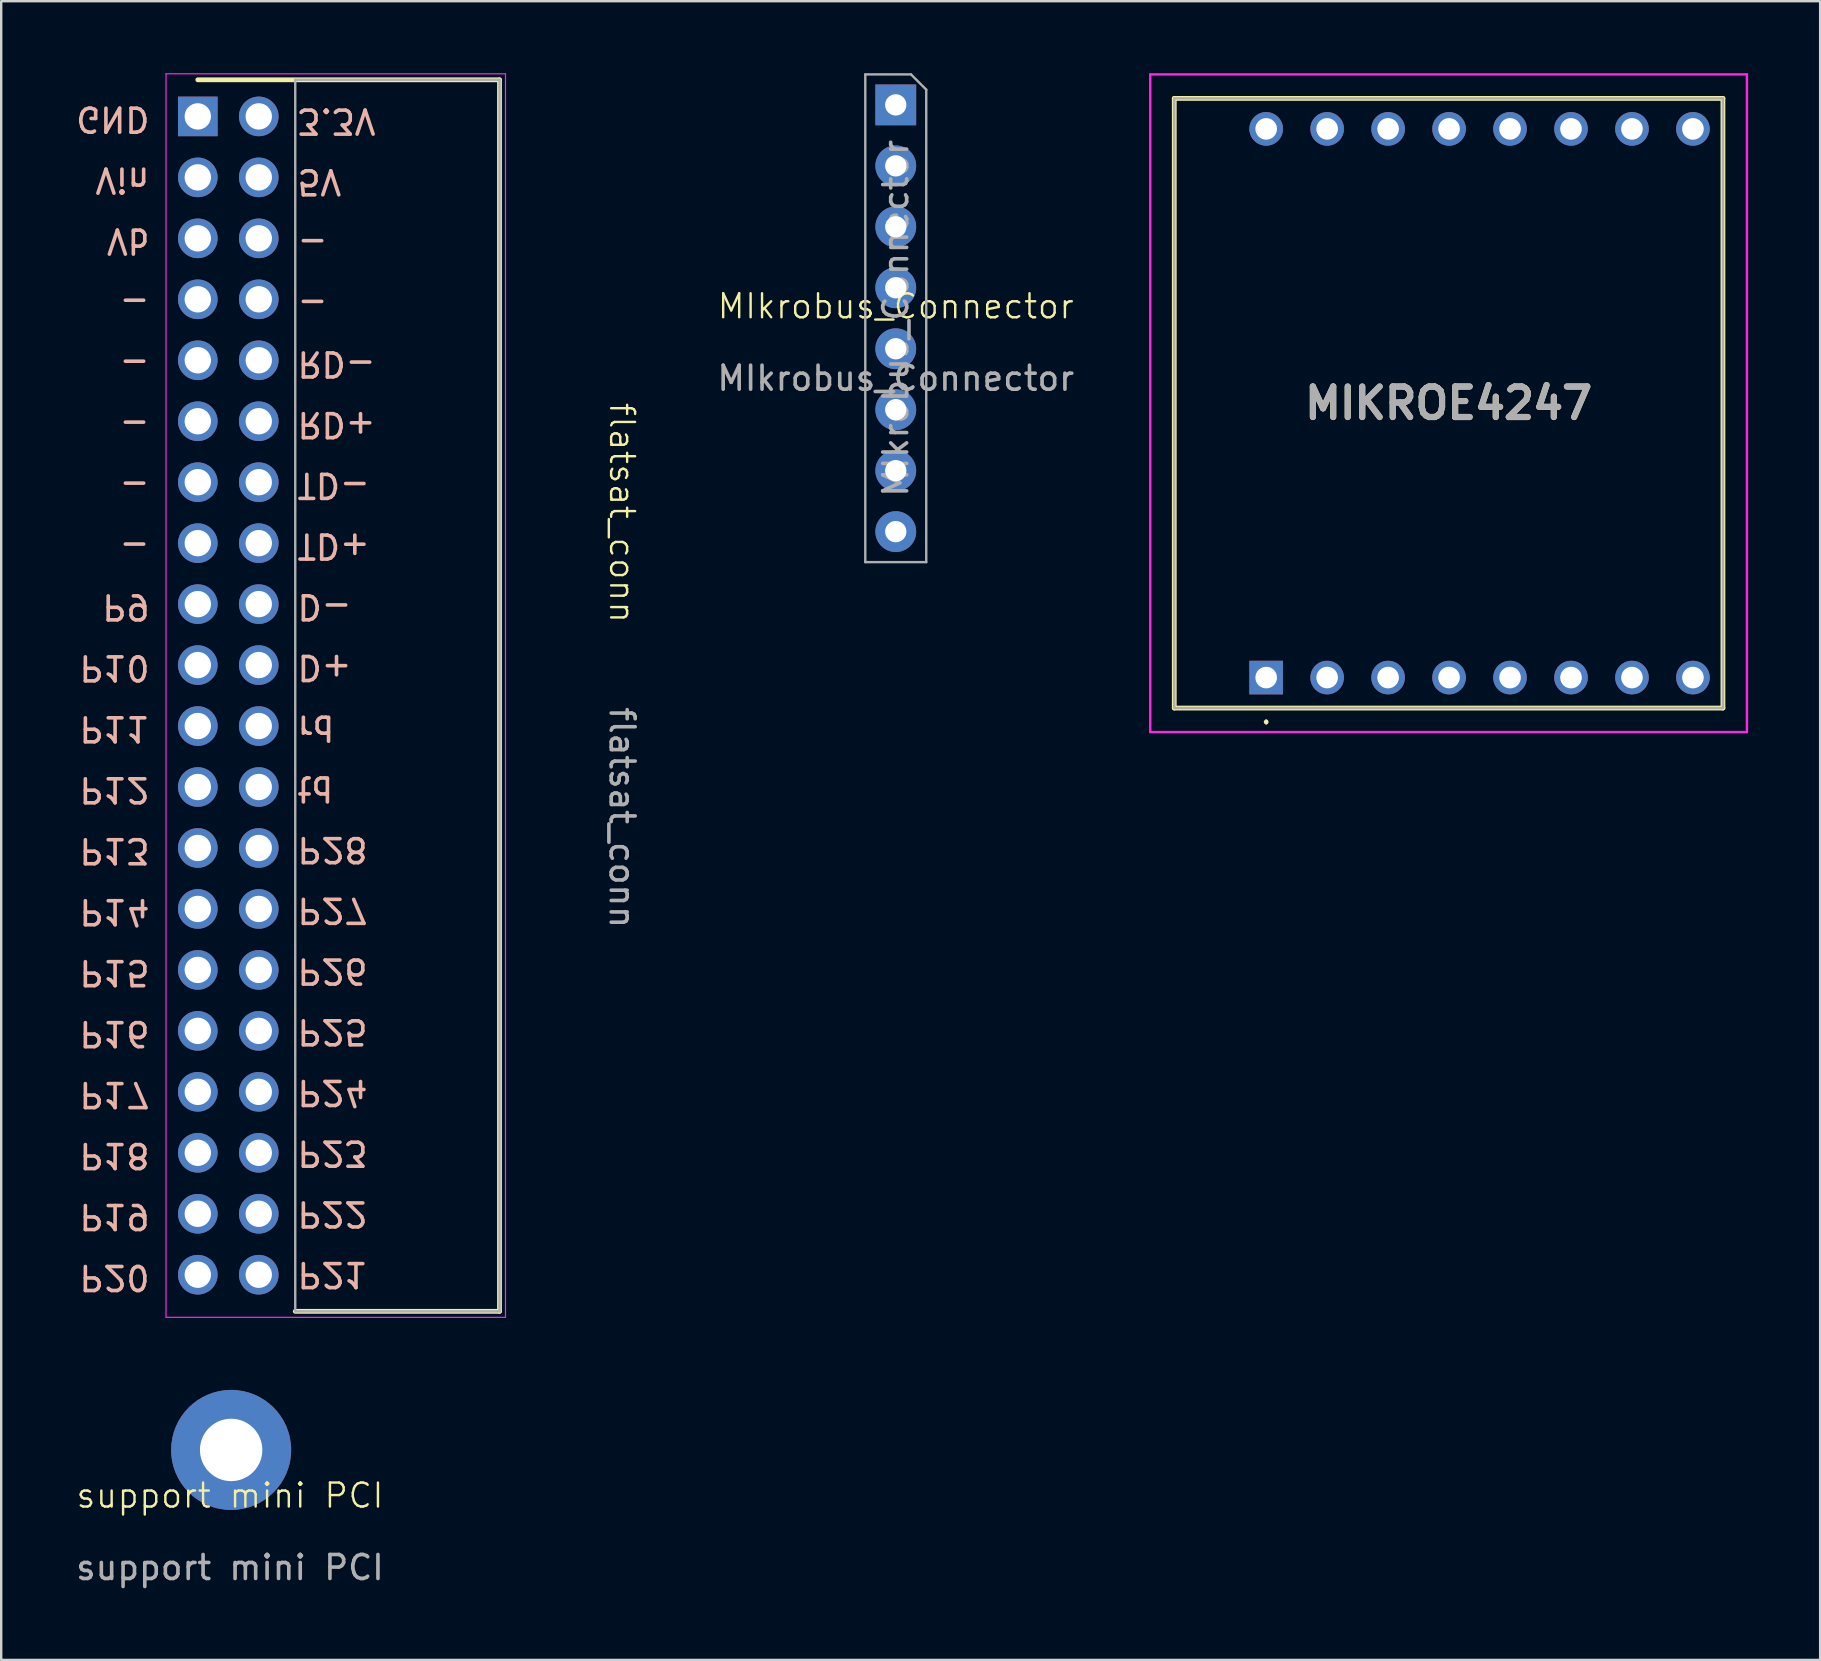
<source format=kicad_pcb>
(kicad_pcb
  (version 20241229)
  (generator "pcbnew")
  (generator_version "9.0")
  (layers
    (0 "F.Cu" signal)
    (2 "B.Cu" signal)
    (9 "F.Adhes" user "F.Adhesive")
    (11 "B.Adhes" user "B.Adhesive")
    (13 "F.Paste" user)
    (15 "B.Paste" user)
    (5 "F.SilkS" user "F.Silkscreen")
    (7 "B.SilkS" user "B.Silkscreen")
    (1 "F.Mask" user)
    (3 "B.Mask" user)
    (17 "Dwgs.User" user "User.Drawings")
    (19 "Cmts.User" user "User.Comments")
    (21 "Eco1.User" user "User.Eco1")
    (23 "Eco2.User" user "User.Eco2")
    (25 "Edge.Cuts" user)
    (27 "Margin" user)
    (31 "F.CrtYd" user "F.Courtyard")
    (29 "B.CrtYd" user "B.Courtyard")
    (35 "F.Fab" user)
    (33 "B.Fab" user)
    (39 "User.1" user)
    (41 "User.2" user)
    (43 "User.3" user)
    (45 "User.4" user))
  (footprint "flatsat_conn"
    (layer "F.Cu")
    (at 18.008 25.937)
    (property "Reference" "flatsat_conn" (at 4.861 -7.622 270) (unlocked yes) (layer "F.SilkS") (effects (font (size 1 1) (thickness 0.1))))
    (attr through_hole)
    (fp_line (start -12.817 -25.662) (end -0.247 -25.662) (stroke (width 0.2) (type solid)) (layer "F.SilkS"))
    (fp_line (start -0.247 25.648) (end -8.757 25.648) (stroke (width 0.2) (type solid)) (layer "F.SilkS"))
    (fp_line (start -0.247 25.648) (end -0.247 -25.662) (stroke (width 0.2) (type solid)) (layer "F.SilkS"))
    (fp_line (start -14.142 -25.912) (end -14.142 25.898) (stroke (width 0.05) (type solid)) (layer "F.CrtYd"))
    (fp_line (start -14.142 25.898) (end 0.003 25.898) (stroke (width 0.05) (type solid)) (layer "F.CrtYd"))
    (fp_line (start 0.003 -25.912) (end -14.142 -25.912) (stroke (width 0.05) (type solid)) (layer "F.CrtYd"))
    (fp_line (start 0.003 -25.912) (end 0.003 25.898) (stroke (width 0.05) (type solid)) (layer "F.CrtYd"))
    (fp_line (start -8.757 -25.662) (end -8.757 25.648) (stroke (width 0.1) (type solid)) (layer "F.Fab"))
    (fp_line (start -8.757 25.648) (end -0.247 25.648) (stroke (width 0.1) (type solid)) (layer "F.Fab"))
    (fp_line (start -0.247 -25.662) (end -8.757 -25.662) (stroke (width 0.1) (type solid)) (layer "F.Fab"))
    (fp_line (start -0.247 -25.662) (end -0.247 25.648) (stroke (width 0.1) (type solid)) (layer "F.Fab"))
    (fp_text user "P24" (at -7.204 16.527 180) (unlocked yes) (layer "B.SilkS") (effects (font (size 1 1) (thickness 0.15)) (justify mirror)))
    (fp_text user "TD+" (at -7.156 -6.239 180) (unlocked yes) (layer "B.SilkS") (effects (font (size 1 1) (thickness 0.15)) (justify mirror)))
    (fp_text user "-" (at -15.454 -13.865 180) (unlocked yes) (layer "B.SilkS") (effects (font (size 1 1) (thickness 0.15)) (justify mirror)))
    (fp_text user "P9" (at -15.811 -3.705 180) (unlocked yes) (layer "B.SilkS") (effects (font (size 1 1) (thickness 0.15)) (justify mirror)))
    (fp_text user "GND" (at -16.359 -24.025 180) (unlocked yes) (layer "B.SilkS") (effects (font (size 1 1) (thickness 0.15)) (justify mirror)))
    (fp_text user "P19" (at -16.287 21.695 180) (unlocked yes) (layer "B.SilkS") (effects (font (size 1 1) (thickness 0.15)) (justify mirror)))
    (fp_text user "-" (at -8.037 -18.886 180) (unlocked yes) (layer "B.SilkS") (effects (font (size 1 1) (thickness 0.15)) (justify mirror)))
    (fp_text user "-" (at -15.454 -6.245 180) (unlocked yes) (layer "B.SilkS") (effects (font (size 1 1) (thickness 0.15)) (justify mirror)))
    (fp_text user "RD-" (at -7.037 -13.827 180) (unlocked yes) (layer "B.SilkS") (effects (font (size 1 1) (thickness 0.15)) (justify mirror)))
    (fp_text user "P11" (at -16.287 1.375 180) (unlocked yes) (layer "B.SilkS") (effects (font (size 1 1) (thickness 0.15)) (justify mirror)))
    (fp_text user "5V" (at -7.752 -21.415 180) (unlocked yes) (layer "B.SilkS") (effects (font (size 1 1) (thickness 0.15)) (justify mirror)))
    (fp_text user "P12" (at -16.287 3.915 180) (unlocked yes) (layer "B.SilkS") (effects (font (size 1 1) (thickness 0.15)) (justify mirror)))
    (fp_text user "P15" (at -16.287 11.535 180) (unlocked yes) (layer "B.SilkS") (effects (font (size 1 1) (thickness 0.15)) (justify mirror)))
    (fp_text user "P10" (at -16.287 -1.165 180) (unlocked yes) (layer "B.SilkS") (effects (font (size 1 1) (thickness 0.15)) (justify mirror)))
    (fp_text user "P22" (at -7.204 21.586 180) (unlocked yes) (layer "B.SilkS") (effects (font (size 1 1) (thickness 0.15)) (justify mirror)))
    (fp_text user "P25" (at -7.204 13.997 180) (unlocked yes) (layer "B.SilkS") (effects (font (size 1 1) (thickness 0.15)) (justify mirror)))
    (fp_text user "P23" (at -7.204 19.056 180) (unlocked yes) (layer "B.SilkS") (effects (font (size 1 1) (thickness 0.15)) (justify mirror)))
    (fp_text user "D+" (at -7.537 -1.18 180) (unlocked yes) (layer "B.SilkS") (effects (font (size 1 1) (thickness 0.15)) (justify mirror)))
    (fp_text user "P21" (at -7.204 24.115 180) (unlocked yes) (layer "B.SilkS") (effects (font (size 1 1) (thickness 0.15)) (justify mirror)))
    (fp_text user "TD-" (at -7.156 -8.768 180) (unlocked yes) (layer "B.SilkS") (effects (font (size 1 1) (thickness 0.15)) (justify mirror)))
    (fp_text user "rd" (at -7.894 1.35 180) (unlocked yes) (layer "B.SilkS") (effects (font (size 1 1) (thickness 0.15)) (justify mirror)))
    (fp_text user "Vin" (at -15.954 -21.485 180) (unlocked yes) (layer "B.SilkS") (effects (font (size 1 1) (thickness 0.15)) (justify mirror)))
    (fp_text user "-" (at -15.454 -8.785 180) (unlocked yes) (layer "B.SilkS") (effects (font (size 1 1) (thickness 0.15)) (justify mirror)))
    (fp_text user "-" (at -15.454 -16.405 180) (unlocked yes) (layer "B.SilkS") (effects (font (size 1 1) (thickness 0.15)) (justify mirror)))
    (fp_text user "RD+" (at -7.037 -11.297 180) (unlocked yes) (layer "B.SilkS") (effects (font (size 1 1) (thickness 0.15)) (justify mirror)))
    (fp_text user "P20" (at -16.287 24.235 180) (unlocked yes) (layer "B.SilkS") (effects (font (size 1 1) (thickness 0.15)) (justify mirror)))
    (fp_text user "D-" (at -7.537 -3.709 180) (unlocked yes) (layer "B.SilkS") (effects (font (size 1 1) (thickness 0.15)) (justify mirror)))
    (fp_text user "3.3V" (at -7.037 -23.945 180) (unlocked yes) (layer "B.SilkS") (effects (font (size 1 1) (thickness 0.15)) (justify mirror)))
    (fp_text user "P18" (at -16.287 19.155 180) (unlocked yes) (layer "B.SilkS") (effects (font (size 1 1) (thickness 0.15)) (justify mirror)))
    (fp_text user "-" (at -8.037 -16.356 180) (unlocked yes) (layer "B.SilkS") (effects (font (size 1 1) (thickness 0.15)) (justify mirror)))
    (fp_text user "P14" (at -16.287 8.995 180) (unlocked yes) (layer "B.SilkS") (effects (font (size 1 1) (thickness 0.15)) (justify mirror)))
    (fp_text user "P27" (at -7.204 8.938 180) (unlocked yes) (layer "B.SilkS") (effects (font (size 1 1) (thickness 0.15)) (justify mirror)))
    (fp_text user "Vb" (at -15.716 -18.945 180) (unlocked yes) (layer "B.SilkS") (effects (font (size 1 1) (thickness 0.15)) (justify mirror)))
    (fp_text user "P26" (at -7.204 11.468 180) (unlocked yes) (layer "B.SilkS") (effects (font (size 1 1) (thickness 0.15)) (justify mirror)))
    (fp_text user "td" (at -7.918 3.879 180) (unlocked yes) (layer "B.SilkS") (effects (font (size 1 1) (thickness 0.15)) (justify mirror)))
    (fp_text user "P16" (at -16.287 14.075 180) (unlocked yes) (layer "B.SilkS") (effects (font (size 1 1) (thickness 0.15)) (justify mirror)))
    (fp_text user "-" (at -15.454 -11.325 180) (unlocked yes) (layer "B.SilkS") (effects (font (size 1 1) (thickness 0.15)) (justify mirror)))
    (fp_text user "P28" (at -7.204 6.409 180) (unlocked yes) (layer "B.SilkS") (effects (font (size 1 1) (thickness 0.15)) (justify mirror)))
    (fp_text user "P13" (at -16.287 6.455 180) (unlocked yes) (layer "B.SilkS") (effects (font (size 1 1) (thickness 0.15)) (justify mirror)))
    (fp_text user "P17" (at -16.287 16.615 180) (unlocked yes) (layer "B.SilkS") (effects (font (size 1 1) (thickness 0.15)) (justify mirror)))
    (fp_text user "${REFERENCE}" (at 4.861 5.078 270) (unlocked yes) (layer "F.Fab") (effects (font (size 1 1) (thickness 0.15))))
    (pad "1" thru_hole rect (at -12.817 -24.137 90) (size 1.65 1.65) (drill 1.1) (layers "*.Cu" "*.Mask"))
    (pad "2" thru_hole circle (at -10.277 -24.137 90) (size 1.65 1.65) (drill 1.1) (layers "*.Cu" "*.Mask"))
    (pad "3" thru_hole circle (at -12.817 -21.597 90) (size 1.65 1.65) (drill 1.1) (layers "*.Cu" "*.Mask"))
    (pad "4" thru_hole circle (at -10.277 -21.597 90) (size 1.65 1.65) (drill 1.1) (layers "*.Cu" "*.Mask"))
    (pad "5" thru_hole circle (at -12.817 -19.057 90) (size 1.65 1.65) (drill 1.1) (layers "*.Cu" "*.Mask"))
    (pad "6" thru_hole circle (at -10.277 -19.057 90) (size 1.65 1.65) (drill 1.1) (layers "*.Cu" "*.Mask"))
    (pad "7" thru_hole circle (at -12.817 -16.517 90) (size 1.65 1.65) (drill 1.1) (layers "*.Cu" "*.Mask"))
    (pad "8" thru_hole circle (at -10.277 -16.517 90) (size 1.65 1.65) (drill 1.1) (layers "*.Cu" "*.Mask"))
    (pad "9" thru_hole circle (at -12.817 -13.977 90) (size 1.65 1.65) (drill 1.1) (layers "*.Cu" "*.Mask"))
    (pad "10" thru_hole circle (at -10.277 -13.977 90) (size 1.65 1.65) (drill 1.1) (layers "*.Cu" "*.Mask"))
    (pad "11" thru_hole circle (at -12.817 -11.437 90) (size 1.65 1.65) (drill 1.1) (layers "*.Cu" "*.Mask"))
    (pad "12" thru_hole circle (at -10.277 -11.437 90) (size 1.65 1.65) (drill 1.1) (layers "*.Cu" "*.Mask"))
    (pad "13" thru_hole circle (at -12.817 -8.897 90) (size 1.65 1.65) (drill 1.1) (layers "*.Cu" "*.Mask"))
    (pad "14" thru_hole circle (at -10.277 -8.897 90) (size 1.65 1.65) (drill 1.1) (layers "*.Cu" "*.Mask"))
    (pad "15" thru_hole circle (at -12.817 -6.357 90) (size 1.65 1.65) (drill 1.1) (layers "*.Cu" "*.Mask"))
    (pad "16" thru_hole circle (at -10.277 -6.357 90) (size 1.65 1.65) (drill 1.1) (layers "*.Cu" "*.Mask"))
    (pad "17" thru_hole circle (at -12.817 -3.817 90) (size 1.65 1.65) (drill 1.1) (layers "*.Cu" "*.Mask"))
    (pad "18" thru_hole circle (at -10.277 -3.817 90) (size 1.65 1.65) (drill 1.1) (layers "*.Cu" "*.Mask"))
    (pad "19" thru_hole circle (at -12.817 -1.277 90) (size 1.65 1.65) (drill 1.1) (layers "*.Cu" "*.Mask"))
    (pad "20" thru_hole circle (at -10.277 -1.277 90) (size 1.65 1.65) (drill 1.1) (layers "*.Cu" "*.Mask"))
    (pad "21" thru_hole circle (at -12.817 1.263 90) (size 1.65 1.65) (drill 1.1) (layers "*.Cu" "*.Mask"))
    (pad "22" thru_hole circle (at -10.277 1.263 90) (size 1.65 1.65) (drill 1.1) (layers "*.Cu" "*.Mask"))
    (pad "23" thru_hole circle (at -12.817 3.803 90) (size 1.65 1.65) (drill 1.1) (layers "*.Cu" "*.Mask"))
    (pad "24" thru_hole circle (at -10.277 3.803 90) (size 1.65 1.65) (drill 1.1) (layers "*.Cu" "*.Mask"))
    (pad "25" thru_hole circle (at -12.817 6.343 90) (size 1.65 1.65) (drill 1.1) (layers "*.Cu" "*.Mask"))
    (pad "26" thru_hole circle (at -10.277 6.343 90) (size 1.65 1.65) (drill 1.1) (layers "*.Cu" "*.Mask"))
    (pad "27" thru_hole circle (at -12.817 8.883 90) (size 1.65 1.65) (drill 1.1) (layers "*.Cu" "*.Mask"))
    (pad "28" thru_hole circle (at -10.277 8.883 90) (size 1.65 1.65) (drill 1.1) (layers "*.Cu" "*.Mask"))
    (pad "29" thru_hole circle (at -12.817 11.423 90) (size 1.65 1.65) (drill 1.1) (layers "*.Cu" "*.Mask"))
    (pad "30" thru_hole circle (at -10.277 11.423 90) (size 1.65 1.65) (drill 1.1) (layers "*.Cu" "*.Mask"))
    (pad "31" thru_hole circle (at -12.817 13.963 90) (size 1.65 1.65) (drill 1.1) (layers "*.Cu" "*.Mask"))
    (pad "32" thru_hole circle (at -10.277 13.963 90) (size 1.65 1.65) (drill 1.1) (layers "*.Cu" "*.Mask"))
    (pad "33" thru_hole circle (at -12.817 16.503 90) (size 1.65 1.65) (drill 1.1) (layers "*.Cu" "*.Mask"))
    (pad "34" thru_hole circle (at -10.277 16.503 90) (size 1.65 1.65) (drill 1.1) (layers "*.Cu" "*.Mask"))
    (pad "35" thru_hole circle (at -12.817 19.043 90) (size 1.65 1.65) (drill 1.1) (layers "*.Cu" "*.Mask"))
    (pad "36" thru_hole circle (at -10.277 19.043 90) (size 1.65 1.65) (drill 1.1) (layers "*.Cu" "*.Mask"))
    (pad "37" thru_hole circle (at -12.817 21.583 90) (size 1.65 1.65) (drill 1.1) (layers "*.Cu" "*.Mask"))
    (pad "38" thru_hole circle (at -10.277 21.583 90) (size 1.65 1.65) (drill 1.1) (layers "*.Cu" "*.Mask"))
    (pad "39" thru_hole circle (at -12.817 24.123 90) (size 1.65 1.65) (drill 1.1) (layers "*.Cu" "*.Mask"))
    (pad "40" thru_hole circle (at -10.277 24.123 90) (size 1.65 1.65) (drill 1.1) (layers "*.Cu" "*.Mask")))
  (footprint "MIkrobus_Connector"
    (layer "F.Cu")
    (at 34.271 10.21)
    (property "Reference" "MIkrobus_Connector" (at 0 -0.5 0) (unlocked yes) (layer "F.SilkS") (effects (font (size 1 1) (thickness 0.1))))
    (attr smd)
    (fp_line (start -1.27 -10.16) (end 0.635 -10.16) (stroke (width 0.1) (type solid)) (layer "F.Fab"))
    (fp_line (start -1.27 10.16) (end -1.27 -10.16) (stroke (width 0.1) (type solid)) (layer "F.Fab"))
    (fp_line (start 0.635 -10.16) (end 1.27 -9.525) (stroke (width 0.1) (type solid)) (layer "F.Fab"))
    (fp_line (start 1.27 -9.525) (end 1.27 10.16) (stroke (width 0.1) (type solid)) (layer "F.Fab"))
    (fp_line (start 1.27 10.16) (end -1.27 10.16) (stroke (width 0.1) (type solid)) (layer "F.Fab"))
    (fp_text user "${REFERENCE}" (at 0 2.5 0) (unlocked yes) (layer "F.Fab") (effects (font (size 1 1) (thickness 0.15))))
    (fp_text user "${REFERENCE}" (at 0 0 90) (layer "F.Fab") (effects (font (size 1 1) (thickness 0.15))))
    (pad "1" thru_hole rect (at 0 -8.89) (size 1.7 1.7) (drill 0.889) (layers "*.Cu" "*.Mask"))
    (pad "2" thru_hole oval (at 0 -6.35) (size 1.7 1.7) (drill 0.889) (layers "*.Cu" "*.Mask"))
    (pad "3" thru_hole oval (at 0 -3.81) (size 1.7 1.7) (drill 0.889) (layers "*.Cu" "*.Mask"))
    (pad "4" thru_hole oval (at 0 -1.27) (size 1.7 1.7) (drill 0.889) (layers "*.Cu" "*.Mask"))
    (pad "5" thru_hole oval (at 0 1.27) (size 1.7 1.7) (drill 0.889) (layers "*.Cu" "*.Mask"))
    (pad "6" thru_hole oval (at 0 3.81) (size 1.7 1.7) (drill 0.889) (layers "*.Cu" "*.Mask"))
    (pad "7" thru_hole oval (at 0 6.35) (size 1.7 1.7) (drill 0.889) (layers "*.Cu" "*.Mask"))
    (pad "8" thru_hole oval (at 0 8.89) (size 1.7 1.7) (drill 0.889) (layers "*.Cu" "*.Mask")))
  (footprint "MIKROE4247"
    (layer "F.Cu")
    (at 49.704 25.18)
    (property "Reference" "MIKROE4247" (at 7.6 -11.43 0) (layer "F.SilkS") (effects (font (size 1.27 1.27) (thickness 0.254))))
    (attr through_hole)
    (fp_line (start -3.83 -24.13) (end 19.03 -24.13) (stroke (width 0.2) (type solid)) (layer "F.SilkS"))
    (fp_line (start -3.83 1.27) (end -3.83 -24.13) (stroke (width 0.2) (type solid)) (layer "F.SilkS"))
    (fp_line (start 0 1.8) (end 0 1.8) (stroke (width 0.1) (type solid)) (layer "F.SilkS"))
    (fp_line (start 0 1.9) (end 0 1.9) (stroke (width 0.1) (type solid)) (layer "F.SilkS"))
    (fp_line (start 19.03 -24.13) (end 19.03 1.27) (stroke (width 0.2) (type solid)) (layer "F.SilkS"))
    (fp_line (start 19.03 1.27) (end -3.83 1.27) (stroke (width 0.2) (type solid)) (layer "F.SilkS"))
    (fp_arc (start 0 1.8) (mid 0.05 1.85) (end 0 1.9) (stroke (width 0.1) (type solid)) (layer "F.SilkS"))
    (fp_arc (start 0 1.9) (mid -0.05 1.85) (end 0 1.8) (stroke (width 0.1) (type solid)) (layer "F.SilkS"))
    (fp_line (start -4.83 -25.13) (end 20.03 -25.13) (stroke (width 0.1) (type solid)) (layer "F.CrtYd"))
    (fp_line (start -4.83 2.27) (end -4.83 -25.13) (stroke (width 0.1) (type solid)) (layer "F.CrtYd"))
    (fp_line (start 20.03 -25.13) (end 20.03 2.27) (stroke (width 0.1) (type solid)) (layer "F.CrtYd"))
    (fp_line (start 20.03 2.27) (end -4.83 2.27) (stroke (width 0.1) (type solid)) (layer "F.CrtYd"))
    (fp_line (start -3.83 -24.13) (end 19.03 -24.13) (stroke (width 0.1) (type solid)) (layer "F.Fab"))
    (fp_line (start -3.83 1.27) (end -3.83 -24.13) (stroke (width 0.1) (type solid)) (layer "F.Fab"))
    (fp_line (start 19.03 -24.13) (end 19.03 1.27) (stroke (width 0.1) (type solid)) (layer "F.Fab"))
    (fp_line (start 19.03 1.27) (end -3.83 1.27) (stroke (width 0.1) (type solid)) (layer "F.Fab"))
    (fp_text user "${REFERENCE}" (at 7.6 -11.43 0) (layer "F.Fab") (effects (font (size 1.27 1.27) (thickness 0.254))))
    (pad "1" thru_hole rect (at 0 0) (size 1.4 1.4) (drill 0.9) (layers "*.Cu" "*.Mask"))
    (pad "2" thru_hole circle (at 2.54 0) (size 1.4 1.4) (drill 0.9) (layers "*.Cu" "*.Mask"))
    (pad "3" thru_hole circle (at 5.08 0) (size 1.4 1.4) (drill 0.9) (layers "*.Cu" "*.Mask"))
    (pad "4" thru_hole circle (at 7.62 0) (size 1.4 1.4) (drill 0.9) (layers "*.Cu" "*.Mask"))
    (pad "5" thru_hole circle (at 10.16 0) (size 1.4 1.4) (drill 0.9) (layers "*.Cu" "*.Mask"))
    (pad "6" thru_hole circle (at 12.7 0) (size 1.4 1.4) (drill 0.9) (layers "*.Cu" "*.Mask"))
    (pad "7" thru_hole circle (at 15.24 0) (size 1.4 1.4) (drill 0.9) (layers "*.Cu" "*.Mask"))
    (pad "8" thru_hole circle (at 17.78 0) (size 1.4 1.4) (drill 0.9) (layers "*.Cu" "*.Mask"))
    (pad "9" thru_hole circle (at 17.78 -22.86) (size 1.4 1.4) (drill 0.9) (layers "*.Cu" "*.Mask"))
    (pad "10" thru_hole circle (at 15.24 -22.86) (size 1.4 1.4) (drill 0.9) (layers "*.Cu" "*.Mask"))
    (pad "11" thru_hole circle (at 12.7 -22.86) (size 1.4 1.4) (drill 0.9) (layers "*.Cu" "*.Mask"))
    (pad "12" thru_hole circle (at 10.16 -22.86) (size 1.4 1.4) (drill 0.9) (layers "*.Cu" "*.Mask"))
    (pad "13" thru_hole circle (at 7.62 -22.86) (size 1.4 1.4) (drill 0.9) (layers "*.Cu" "*.Mask"))
    (pad "14" thru_hole circle (at 5.08 -22.86) (size 1.4 1.4) (drill 0.9) (layers "*.Cu" "*.Mask"))
    (pad "15" thru_hole circle (at 2.54 -22.86) (size 1.4 1.4) (drill 0.9) (layers "*.Cu" "*.Mask"))
    (pad "16" thru_hole circle (at 0 -22.86) (size 1.4 1.4) (drill 0.9) (layers "*.Cu" "*.Mask")))
  (footprint "support mini PCI"
    (layer "F.Cu")
    (at 6.58 57.31)
    (property "Reference" "support mini PCI" (at -0.05 1.95 0) (unlocked yes) (layer "F.SilkS") (effects (font (size 1 1) (thickness 0.1))))
    (attr through_hole)
    (fp_text user "${REFERENCE}" (at -0.05 4.95 0) (unlocked yes) (layer "F.Fab") (effects (font (size 1 1) (thickness 0.15))))
    (pad "" np_thru_hole circle (at 0 0.05) (size 5 5) (drill 2.6) (layers "*.Cu" "*.Mask")))
  (gr_rect
    (start -3 -3)
    (end 72.784 66.108)
    (stroke (width 0.1) (type default))
    (fill no)
    (layer "Edge.Cuts")))
</source>
